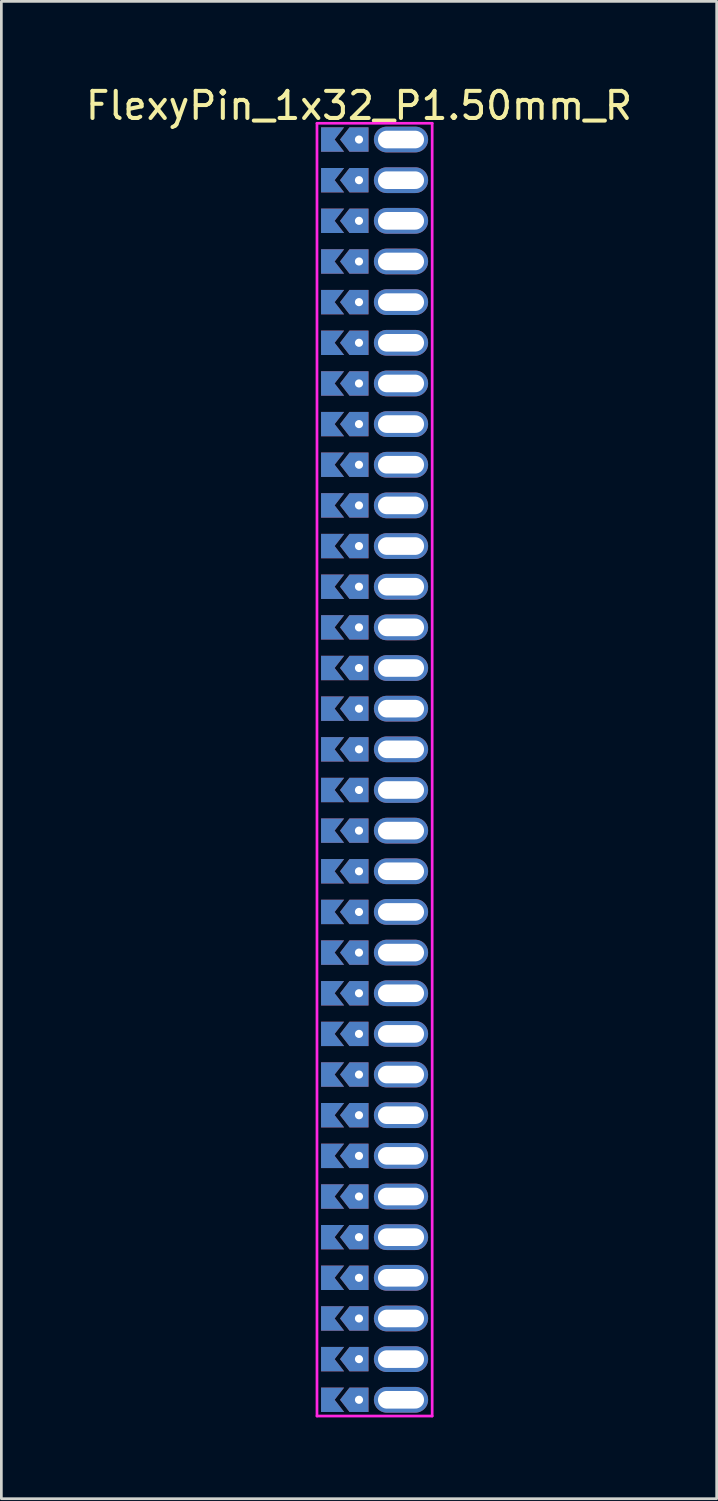
<source format=kicad_pcb>
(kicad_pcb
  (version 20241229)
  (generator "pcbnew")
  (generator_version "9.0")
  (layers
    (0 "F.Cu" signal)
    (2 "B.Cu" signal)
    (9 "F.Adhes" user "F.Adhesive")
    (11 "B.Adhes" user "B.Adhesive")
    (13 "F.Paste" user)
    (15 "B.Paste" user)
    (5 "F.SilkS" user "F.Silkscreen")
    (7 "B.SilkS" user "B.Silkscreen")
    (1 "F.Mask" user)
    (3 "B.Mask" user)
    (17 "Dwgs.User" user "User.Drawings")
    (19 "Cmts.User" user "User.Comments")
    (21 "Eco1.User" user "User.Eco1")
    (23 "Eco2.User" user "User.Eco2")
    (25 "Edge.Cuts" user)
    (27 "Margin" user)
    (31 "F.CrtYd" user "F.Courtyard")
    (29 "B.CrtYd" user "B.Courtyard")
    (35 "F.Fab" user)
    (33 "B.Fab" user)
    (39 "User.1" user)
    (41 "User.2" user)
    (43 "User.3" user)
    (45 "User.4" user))
  (footprint "FlexyPin_1x32_P1.50mm_R"
    (layer "F.Cu")
    (at 10.196 2.098)
    (property "Reference" "FlexyPin_1x32_P1.50mm_R" (at 0 -1.25 0) (layer "F.SilkS") (effects (font (size 1 1) (thickness 0.15))))
    (attr through_hole)
    (fp_line (start -1.55 -0.6) (end 2.7 -0.6) (stroke (width 0.1) (type solid)) (layer "F.CrtYd"))
    (fp_line (start -1.55 47.1) (end -1.55 -0.6) (stroke (width 0.1) (type solid)) (layer "F.CrtYd"))
    (fp_line (start 2.7 -0.6) (end 2.7 47.1) (stroke (width 0.1) (type solid)) (layer "F.CrtYd"))
    (fp_line (start 2.7 47.1) (end -1.55 47.1) (stroke (width 0.1) (type solid)) (layer "F.CrtYd"))
    (pad "" thru_hole custom (at 0 0) (size 0.3 0.3) (drill 0.6) (layers "*.Cu" "*.Mask") (options (anchor rect)) (primitives (gr_poly (pts (xy 0.35 0.45) (xy 0.35 -0.45) (xy -0.35 -0.45) (xy -0.7 0) (xy -0.35 0.45)) (width 0) (fill yes))))
    (pad "" thru_hole custom (at 0 1.5) (size 0.3 0.3) (drill 0.6) (layers "*.Cu" "*.Mask") (options (anchor rect)) (primitives (gr_poly (pts (xy 0.35 0.45) (xy 0.35 -0.45) (xy -0.35 -0.45) (xy -0.7 0) (xy -0.35 0.45)) (width 0) (fill yes))))
    (pad "" thru_hole custom (at 0 3) (size 0.3 0.3) (drill 0.6) (layers "*.Cu" "*.Mask") (options (anchor rect)) (primitives (gr_poly (pts (xy 0.35 0.45) (xy 0.35 -0.45) (xy -0.35 -0.45) (xy -0.7 0) (xy -0.35 0.45)) (width 0) (fill yes))))
    (pad "" thru_hole custom (at 0 4.5) (size 0.3 0.3) (drill 0.6) (layers "*.Cu" "*.Mask") (options (anchor rect)) (primitives (gr_poly (pts (xy 0.35 0.45) (xy 0.35 -0.45) (xy -0.35 -0.45) (xy -0.7 0) (xy -0.35 0.45)) (width 0) (fill yes))))
    (pad "" thru_hole custom (at 0 6) (size 0.3 0.3) (drill 0.6) (layers "*.Cu" "*.Mask") (options (anchor rect)) (primitives (gr_poly (pts (xy 0.35 0.45) (xy 0.35 -0.45) (xy -0.35 -0.45) (xy -0.7 0) (xy -0.35 0.45)) (width 0) (fill yes))))
    (pad "" thru_hole custom (at 0 7.5) (size 0.3 0.3) (drill 0.6) (layers "*.Cu" "*.Mask") (options (anchor rect)) (primitives (gr_poly (pts (xy 0.35 0.45) (xy 0.35 -0.45) (xy -0.35 -0.45) (xy -0.7 0) (xy -0.35 0.45)) (width 0) (fill yes))))
    (pad "" thru_hole custom (at 0 9) (size 0.3 0.3) (drill 0.6) (layers "*.Cu" "*.Mask") (options (anchor rect)) (primitives (gr_poly (pts (xy 0.35 0.45) (xy 0.35 -0.45) (xy -0.35 -0.45) (xy -0.7 0) (xy -0.35 0.45)) (width 0) (fill yes))))
    (pad "" thru_hole custom (at 0 10.5) (size 0.3 0.3) (drill 0.6) (layers "*.Cu" "*.Mask") (options (anchor rect)) (primitives (gr_poly (pts (xy 0.35 0.45) (xy 0.35 -0.45) (xy -0.35 -0.45) (xy -0.7 0) (xy -0.35 0.45)) (width 0) (fill yes))))
    (pad "" thru_hole custom (at 0 12) (size 0.3 0.3) (drill 0.6) (layers "*.Cu" "*.Mask") (options (anchor rect)) (primitives (gr_poly (pts (xy 0.35 0.45) (xy 0.35 -0.45) (xy -0.35 -0.45) (xy -0.7 0) (xy -0.35 0.45)) (width 0) (fill yes))))
    (pad "" thru_hole custom (at 0 13.5) (size 0.3 0.3) (drill 0.6) (layers "*.Cu" "*.Mask") (options (anchor rect)) (primitives (gr_poly (pts (xy 0.35 0.45) (xy 0.35 -0.45) (xy -0.35 -0.45) (xy -0.7 0) (xy -0.35 0.45)) (width 0) (fill yes))))
    (pad "" thru_hole custom (at 0 15) (size 0.3 0.3) (drill 0.6) (layers "*.Cu" "*.Mask") (options (anchor rect)) (primitives (gr_poly (pts (xy 0.35 0.45) (xy 0.35 -0.45) (xy -0.35 -0.45) (xy -0.7 0) (xy -0.35 0.45)) (width 0) (fill yes))))
    (pad "" thru_hole custom (at 0 16.5) (size 0.3 0.3) (drill 0.6) (layers "*.Cu" "*.Mask") (options (anchor rect)) (primitives (gr_poly (pts (xy 0.35 0.45) (xy 0.35 -0.45) (xy -0.35 -0.45) (xy -0.7 0) (xy -0.35 0.45)) (width 0) (fill yes))))
    (pad "" thru_hole custom (at 0 18) (size 0.3 0.3) (drill 0.6) (layers "*.Cu" "*.Mask") (options (anchor rect)) (primitives (gr_poly (pts (xy 0.35 0.45) (xy 0.35 -0.45) (xy -0.35 -0.45) (xy -0.7 0) (xy -0.35 0.45)) (width 0) (fill yes))))
    (pad "" thru_hole custom (at 0 19.5) (size 0.3 0.3) (drill 0.6) (layers "*.Cu" "*.Mask") (options (anchor rect)) (primitives (gr_poly (pts (xy 0.35 0.45) (xy 0.35 -0.45) (xy -0.35 -0.45) (xy -0.7 0) (xy -0.35 0.45)) (width 0) (fill yes))))
    (pad "" thru_hole custom (at 0 21) (size 0.3 0.3) (drill 0.6) (layers "*.Cu" "*.Mask") (options (anchor rect)) (primitives (gr_poly (pts (xy 0.35 0.45) (xy 0.35 -0.45) (xy -0.35 -0.45) (xy -0.7 0) (xy -0.35 0.45)) (width 0) (fill yes))))
    (pad "" thru_hole custom (at 0 22.5) (size 0.3 0.3) (drill 0.6) (layers "*.Cu" "*.Mask") (options (anchor rect)) (primitives (gr_poly (pts (xy 0.35 0.45) (xy 0.35 -0.45) (xy -0.35 -0.45) (xy -0.7 0) (xy -0.35 0.45)) (width 0) (fill yes))))
    (pad "" thru_hole custom (at 0 24) (size 0.3 0.3) (drill 0.6) (layers "*.Cu" "*.Mask") (options (anchor rect)) (primitives (gr_poly (pts (xy 0.35 0.45) (xy 0.35 -0.45) (xy -0.35 -0.45) (xy -0.7 0) (xy -0.35 0.45)) (width 0) (fill yes))))
    (pad "" thru_hole custom (at 0 25.5) (size 0.3 0.3) (drill 0.6) (layers "*.Cu" "*.Mask") (options (anchor rect)) (primitives (gr_poly (pts (xy 0.35 0.45) (xy 0.35 -0.45) (xy -0.35 -0.45) (xy -0.7 0) (xy -0.35 0.45)) (width 0) (fill yes))))
    (pad "" thru_hole custom (at 0 27) (size 0.3 0.3) (drill 0.6) (layers "*.Cu" "*.Mask") (options (anchor rect)) (primitives (gr_poly (pts (xy 0.35 0.45) (xy 0.35 -0.45) (xy -0.35 -0.45) (xy -0.7 0) (xy -0.35 0.45)) (width 0) (fill yes))))
    (pad "" thru_hole custom (at 0 28.5) (size 0.3 0.3) (drill 0.6) (layers "*.Cu" "*.Mask") (options (anchor rect)) (primitives (gr_poly (pts (xy 0.35 0.45) (xy 0.35 -0.45) (xy -0.35 -0.45) (xy -0.7 0) (xy -0.35 0.45)) (width 0) (fill yes))))
    (pad "" thru_hole custom (at 0 30) (size 0.3 0.3) (drill 0.6) (layers "*.Cu" "*.Mask") (options (anchor rect)) (primitives (gr_poly (pts (xy 0.35 0.45) (xy 0.35 -0.45) (xy -0.35 -0.45) (xy -0.7 0) (xy -0.35 0.45)) (width 0) (fill yes))))
    (pad "" thru_hole custom (at 0 31.5) (size 0.3 0.3) (drill 0.6) (layers "*.Cu" "*.Mask") (options (anchor rect)) (primitives (gr_poly (pts (xy 0.35 0.45) (xy 0.35 -0.45) (xy -0.35 -0.45) (xy -0.7 0) (xy -0.35 0.45)) (width 0) (fill yes))))
    (pad "" thru_hole custom (at 0 33) (size 0.3 0.3) (drill 0.6) (layers "*.Cu" "*.Mask") (options (anchor rect)) (primitives (gr_poly (pts (xy 0.35 0.45) (xy 0.35 -0.45) (xy -0.35 -0.45) (xy -0.7 0) (xy -0.35 0.45)) (width 0) (fill yes))))
    (pad "" thru_hole custom (at 0 34.5) (size 0.3 0.3) (drill 0.6) (layers "*.Cu" "*.Mask") (options (anchor rect)) (primitives (gr_poly (pts (xy 0.35 0.45) (xy 0.35 -0.45) (xy -0.35 -0.45) (xy -0.7 0) (xy -0.35 0.45)) (width 0) (fill yes))))
    (pad "" thru_hole custom (at 0 36) (size 0.3 0.3) (drill 0.6) (layers "*.Cu" "*.Mask") (options (anchor rect)) (primitives (gr_poly (pts (xy 0.35 0.45) (xy 0.35 -0.45) (xy -0.35 -0.45) (xy -0.7 0) (xy -0.35 0.45)) (width 0) (fill yes))))
    (pad "" thru_hole custom (at 0 37.5) (size 0.3 0.3) (drill 0.6) (layers "*.Cu" "*.Mask") (options (anchor rect)) (primitives (gr_poly (pts (xy 0.35 0.45) (xy 0.35 -0.45) (xy -0.35 -0.45) (xy -0.7 0) (xy -0.35 0.45)) (width 0) (fill yes))))
    (pad "" thru_hole custom (at 0 39) (size 0.3 0.3) (drill 0.6) (layers "*.Cu" "*.Mask") (options (anchor rect)) (primitives (gr_poly (pts (xy 0.35 0.45) (xy 0.35 -0.45) (xy -0.35 -0.45) (xy -0.7 0) (xy -0.35 0.45)) (width 0) (fill yes))))
    (pad "" thru_hole custom (at 0 40.5) (size 0.3 0.3) (drill 0.6) (layers "*.Cu" "*.Mask") (options (anchor rect)) (primitives (gr_poly (pts (xy 0.35 0.45) (xy 0.35 -0.45) (xy -0.35 -0.45) (xy -0.7 0) (xy -0.35 0.45)) (width 0) (fill yes))))
    (pad "" thru_hole custom (at 0 42) (size 0.3 0.3) (drill 0.6) (layers "*.Cu" "*.Mask") (options (anchor rect)) (primitives (gr_poly (pts (xy 0.35 0.45) (xy 0.35 -0.45) (xy -0.35 -0.45) (xy -0.7 0) (xy -0.35 0.45)) (width 0) (fill yes))))
    (pad "" thru_hole custom (at 0 43.5) (size 0.3 0.3) (drill 0.6) (layers "*.Cu" "*.Mask") (options (anchor rect)) (primitives (gr_poly (pts (xy 0.35 0.45) (xy 0.35 -0.45) (xy -0.35 -0.45) (xy -0.7 0) (xy -0.35 0.45)) (width 0) (fill yes))))
    (pad "" thru_hole custom (at 0 45) (size 0.3 0.3) (drill 0.6) (layers "*.Cu" "*.Mask") (options (anchor rect)) (primitives (gr_poly (pts (xy 0.35 0.45) (xy 0.35 -0.45) (xy -0.35 -0.45) (xy -0.7 0) (xy -0.35 0.45)) (width 0) (fill yes))))
    (pad "" thru_hole custom (at 0 46.5) (size 0.3 0.3) (drill 0.6) (layers "*.Cu" "*.Mask") (options (anchor rect)) (primitives (gr_poly (pts (xy 0.35 0.45) (xy 0.35 -0.45) (xy -0.35 -0.45) (xy -0.7 0) (xy -0.35 0.45)) (width 0) (fill yes))))
    (pad "" thru_hole oval (at 1.55 0) (size 2 0.95) (drill oval 1.7 0.65) (layers "*.Cu" "*.Mask"))
    (pad "" thru_hole oval (at 1.55 1.5) (size 2 0.95) (drill oval 1.7 0.65) (layers "*.Cu" "*.Mask"))
    (pad "" thru_hole oval (at 1.55 3) (size 2 0.95) (drill oval 1.7 0.65) (layers "*.Cu" "*.Mask"))
    (pad "" thru_hole oval (at 1.55 4.5) (size 2 0.95) (drill oval 1.7 0.65) (layers "*.Cu" "*.Mask"))
    (pad "" thru_hole oval (at 1.55 6) (size 2 0.95) (drill oval 1.7 0.65) (layers "*.Cu" "*.Mask"))
    (pad "" thru_hole oval (at 1.55 7.5) (size 2 0.95) (drill oval 1.7 0.65) (layers "*.Cu" "*.Mask"))
    (pad "" thru_hole oval (at 1.55 9) (size 2 0.95) (drill oval 1.7 0.65) (layers "*.Cu" "*.Mask"))
    (pad "" thru_hole oval (at 1.55 10.5) (size 2 0.95) (drill oval 1.7 0.65) (layers "*.Cu" "*.Mask"))
    (pad "" thru_hole oval (at 1.55 12) (size 2 0.95) (drill oval 1.7 0.65) (layers "*.Cu" "*.Mask"))
    (pad "" thru_hole oval (at 1.55 13.5) (size 2 0.95) (drill oval 1.7 0.65) (layers "*.Cu" "*.Mask"))
    (pad "" thru_hole oval (at 1.55 15) (size 2 0.95) (drill oval 1.7 0.65) (layers "*.Cu" "*.Mask"))
    (pad "" thru_hole oval (at 1.55 16.5) (size 2 0.95) (drill oval 1.7 0.65) (layers "*.Cu" "*.Mask"))
    (pad "" thru_hole oval (at 1.55 18) (size 2 0.95) (drill oval 1.7 0.65) (layers "*.Cu" "*.Mask"))
    (pad "" thru_hole oval (at 1.55 19.5) (size 2 0.95) (drill oval 1.7 0.65) (layers "*.Cu" "*.Mask"))
    (pad "" thru_hole oval (at 1.55 21) (size 2 0.95) (drill oval 1.7 0.65) (layers "*.Cu" "*.Mask"))
    (pad "" thru_hole oval (at 1.55 22.5) (size 2 0.95) (drill oval 1.7 0.65) (layers "*.Cu" "*.Mask"))
    (pad "" thru_hole oval (at 1.55 24) (size 2 0.95) (drill oval 1.7 0.65) (layers "*.Cu" "*.Mask"))
    (pad "" thru_hole oval (at 1.55 25.5) (size 2 0.95) (drill oval 1.7 0.65) (layers "*.Cu" "*.Mask"))
    (pad "" thru_hole oval (at 1.55 27) (size 2 0.95) (drill oval 1.7 0.65) (layers "*.Cu" "*.Mask"))
    (pad "" thru_hole oval (at 1.55 28.5) (size 2 0.95) (drill oval 1.7 0.65) (layers "*.Cu" "*.Mask"))
    (pad "" thru_hole oval (at 1.55 30) (size 2 0.95) (drill oval 1.7 0.65) (layers "*.Cu" "*.Mask"))
    (pad "" thru_hole oval (at 1.55 31.5) (size 2 0.95) (drill oval 1.7 0.65) (layers "*.Cu" "*.Mask"))
    (pad "" thru_hole oval (at 1.55 33) (size 2 0.95) (drill oval 1.7 0.65) (layers "*.Cu" "*.Mask"))
    (pad "" thru_hole oval (at 1.55 34.5) (size 2 0.95) (drill oval 1.7 0.65) (layers "*.Cu" "*.Mask"))
    (pad "" thru_hole oval (at 1.55 36) (size 2 0.95) (drill oval 1.7 0.65) (layers "*.Cu" "*.Mask"))
    (pad "" thru_hole oval (at 1.55 37.5) (size 2 0.95) (drill oval 1.7 0.65) (layers "*.Cu" "*.Mask"))
    (pad "" thru_hole oval (at 1.55 39) (size 2 0.95) (drill oval 1.7 0.65) (layers "*.Cu" "*.Mask"))
    (pad "" thru_hole oval (at 1.55 40.5) (size 2 0.95) (drill oval 1.7 0.65) (layers "*.Cu" "*.Mask"))
    (pad "" thru_hole oval (at 1.55 42) (size 2 0.95) (drill oval 1.7 0.65) (layers "*.Cu" "*.Mask"))
    (pad "" thru_hole oval (at 1.55 43.5) (size 2 0.95) (drill oval 1.7 0.65) (layers "*.Cu" "*.Mask"))
    (pad "" thru_hole oval (at 1.55 45) (size 2 0.95) (drill oval 1.7 0.65) (layers "*.Cu" "*.Mask"))
    (pad "" thru_hole oval (at 1.55 46.5) (size 2 0.95) (drill oval 1.7 0.65) (layers "*.Cu" "*.Mask"))
    (pad "1" smd custom (at -0.9 0) (size 0.01 0.01) (layers "F.Cu" "F.Mask") (options (anchor rect)) (primitives (gr_poly (pts (xy 0 0) (xy 0.35 0.45) (xy -0.5 0.45) (xy -0.5 -0.45) (xy 0.35 -0.45)) (width 0) (fill yes))))
    (pad "2" smd custom (at -0.9 1.5) (size 0.01 0.01) (layers "F.Cu" "F.Mask") (options (anchor rect)) (primitives (gr_poly (pts (xy 0 0) (xy 0.35 0.45) (xy -0.5 0.45) (xy -0.5 -0.45) (xy 0.35 -0.45)) (width 0) (fill yes))))
    (pad "3" smd custom (at -0.9 3) (size 0.01 0.01) (layers "F.Cu" "F.Mask") (options (anchor rect)) (primitives (gr_poly (pts (xy 0 0) (xy 0.35 0.45) (xy -0.5 0.45) (xy -0.5 -0.45) (xy 0.35 -0.45)) (width 0) (fill yes))))
    (pad "4" smd custom (at -0.9 4.5) (size 0.01 0.01) (layers "F.Cu" "F.Mask") (options (anchor rect)) (primitives (gr_poly (pts (xy 0 0) (xy 0.35 0.45) (xy -0.5 0.45) (xy -0.5 -0.45) (xy 0.35 -0.45)) (width 0) (fill yes))))
    (pad "5" smd custom (at -0.9 6) (size 0.01 0.01) (layers "F.Cu" "F.Mask") (options (anchor rect)) (primitives (gr_poly (pts (xy 0 0) (xy 0.35 0.45) (xy -0.5 0.45) (xy -0.5 -0.45) (xy 0.35 -0.45)) (width 0) (fill yes))))
    (pad "6" smd custom (at -0.9 7.5) (size 0.01 0.01) (layers "F.Cu" "F.Mask") (options (anchor rect)) (primitives (gr_poly (pts (xy 0 0) (xy 0.35 0.45) (xy -0.5 0.45) (xy -0.5 -0.45) (xy 0.35 -0.45)) (width 0) (fill yes))))
    (pad "7" smd custom (at -0.9 9) (size 0.01 0.01) (layers "F.Cu" "F.Mask") (options (anchor rect)) (primitives (gr_poly (pts (xy 0 0) (xy 0.35 0.45) (xy -0.5 0.45) (xy -0.5 -0.45) (xy 0.35 -0.45)) (width 0) (fill yes))))
    (pad "8" smd custom (at -0.9 10.5) (size 0.01 0.01) (layers "F.Cu" "F.Mask") (options (anchor rect)) (primitives (gr_poly (pts (xy 0 0) (xy 0.35 0.45) (xy -0.5 0.45) (xy -0.5 -0.45) (xy 0.35 -0.45)) (width 0) (fill yes))))
    (pad "9" smd custom (at -0.9 12) (size 0.01 0.01) (layers "F.Cu" "F.Mask") (options (anchor rect)) (primitives (gr_poly (pts (xy 0 0) (xy 0.35 0.45) (xy -0.5 0.45) (xy -0.5 -0.45) (xy 0.35 -0.45)) (width 0) (fill yes))))
    (pad "10" smd custom (at -0.9 13.5) (size 0.01 0.01) (layers "F.Cu" "F.Mask") (options (anchor rect)) (primitives (gr_poly (pts (xy 0 0) (xy 0.35 0.45) (xy -0.5 0.45) (xy -0.5 -0.45) (xy 0.35 -0.45)) (width 0) (fill yes))))
    (pad "11" smd custom (at -0.9 15) (size 0.01 0.01) (layers "F.Cu" "F.Mask") (options (anchor rect)) (primitives (gr_poly (pts (xy 0 0) (xy 0.35 0.45) (xy -0.5 0.45) (xy -0.5 -0.45) (xy 0.35 -0.45)) (width 0) (fill yes))))
    (pad "12" smd custom (at -0.9 16.5) (size 0.01 0.01) (layers "F.Cu" "F.Mask") (options (anchor rect)) (primitives (gr_poly (pts (xy 0 0) (xy 0.35 0.45) (xy -0.5 0.45) (xy -0.5 -0.45) (xy 0.35 -0.45)) (width 0) (fill yes))))
    (pad "13" smd custom (at -0.9 18) (size 0.01 0.01) (layers "F.Cu" "F.Mask") (options (anchor rect)) (primitives (gr_poly (pts (xy 0 0) (xy 0.35 0.45) (xy -0.5 0.45) (xy -0.5 -0.45) (xy 0.35 -0.45)) (width 0) (fill yes))))
    (pad "14" smd custom (at -0.9 19.5) (size 0.01 0.01) (layers "F.Cu" "F.Mask") (options (anchor rect)) (primitives (gr_poly (pts (xy 0 0) (xy 0.35 0.45) (xy -0.5 0.45) (xy -0.5 -0.45) (xy 0.35 -0.45)) (width 0) (fill yes))))
    (pad "15" smd custom (at -0.9 21) (size 0.01 0.01) (layers "F.Cu" "F.Mask") (options (anchor rect)) (primitives (gr_poly (pts (xy 0 0) (xy 0.35 0.45) (xy -0.5 0.45) (xy -0.5 -0.45) (xy 0.35 -0.45)) (width 0) (fill yes))))
    (pad "16" smd custom (at -0.9 22.5) (size 0.01 0.01) (layers "F.Cu" "F.Mask") (options (anchor rect)) (primitives (gr_poly (pts (xy 0 0) (xy 0.35 0.45) (xy -0.5 0.45) (xy -0.5 -0.45) (xy 0.35 -0.45)) (width 0) (fill yes))))
    (pad "17" smd custom (at -0.9 24) (size 0.01 0.01) (layers "F.Cu" "F.Mask") (options (anchor rect)) (primitives (gr_poly (pts (xy 0 0) (xy 0.35 0.45) (xy -0.5 0.45) (xy -0.5 -0.45) (xy 0.35 -0.45)) (width 0) (fill yes))))
    (pad "18" smd custom (at -0.9 25.5) (size 0.01 0.01) (layers "F.Cu" "F.Mask") (options (anchor rect)) (primitives (gr_poly (pts (xy 0 0) (xy 0.35 0.45) (xy -0.5 0.45) (xy -0.5 -0.45) (xy 0.35 -0.45)) (width 0) (fill yes))))
    (pad "19" smd custom (at -0.9 27) (size 0.01 0.01) (layers "F.Cu" "F.Mask") (options (anchor rect)) (primitives (gr_poly (pts (xy 0 0) (xy 0.35 0.45) (xy -0.5 0.45) (xy -0.5 -0.45) (xy 0.35 -0.45)) (width 0) (fill yes))))
    (pad "20" smd custom (at -0.9 28.5) (size 0.01 0.01) (layers "F.Cu" "F.Mask") (options (anchor rect)) (primitives (gr_poly (pts (xy 0 0) (xy 0.35 0.45) (xy -0.5 0.45) (xy -0.5 -0.45) (xy 0.35 -0.45)) (width 0) (fill yes))))
    (pad "21" smd custom (at -0.9 30) (size 0.01 0.01) (layers "F.Cu" "F.Mask") (options (anchor rect)) (primitives (gr_poly (pts (xy 0 0) (xy 0.35 0.45) (xy -0.5 0.45) (xy -0.5 -0.45) (xy 0.35 -0.45)) (width 0) (fill yes))))
    (pad "22" smd custom (at -0.9 31.5) (size 0.01 0.01) (layers "F.Cu" "F.Mask") (options (anchor rect)) (primitives (gr_poly (pts (xy 0 0) (xy 0.35 0.45) (xy -0.5 0.45) (xy -0.5 -0.45) (xy 0.35 -0.45)) (width 0) (fill yes))))
    (pad "23" smd custom (at -0.9 33) (size 0.01 0.01) (layers "F.Cu" "F.Mask") (options (anchor rect)) (primitives (gr_poly (pts (xy 0 0) (xy 0.35 0.45) (xy -0.5 0.45) (xy -0.5 -0.45) (xy 0.35 -0.45)) (width 0) (fill yes))))
    (pad "24" smd custom (at -0.9 34.5) (size 0.01 0.01) (layers "F.Cu" "F.Mask") (options (anchor rect)) (primitives (gr_poly (pts (xy 0 0) (xy 0.35 0.45) (xy -0.5 0.45) (xy -0.5 -0.45) (xy 0.35 -0.45)) (width 0) (fill yes))))
    (pad "25" smd custom (at -0.9 36) (size 0.01 0.01) (layers "F.Cu" "F.Mask") (options (anchor rect)) (primitives (gr_poly (pts (xy 0 0) (xy 0.35 0.45) (xy -0.5 0.45) (xy -0.5 -0.45) (xy 0.35 -0.45)) (width 0) (fill yes))))
    (pad "26" smd custom (at -0.9 37.5) (size 0.01 0.01) (layers "F.Cu" "F.Mask") (options (anchor rect)) (primitives (gr_poly (pts (xy 0 0) (xy 0.35 0.45) (xy -0.5 0.45) (xy -0.5 -0.45) (xy 0.35 -0.45)) (width 0) (fill yes))))
    (pad "27" smd custom (at -0.9 39) (size 0.01 0.01) (layers "F.Cu" "F.Mask") (options (anchor rect)) (primitives (gr_poly (pts (xy 0 0) (xy 0.35 0.45) (xy -0.5 0.45) (xy -0.5 -0.45) (xy 0.35 -0.45)) (width 0) (fill yes))))
    (pad "28" smd custom (at -0.9 40.5) (size 0.01 0.01) (layers "F.Cu" "F.Mask") (options (anchor rect)) (primitives (gr_poly (pts (xy 0 0) (xy 0.35 0.45) (xy -0.5 0.45) (xy -0.5 -0.45) (xy 0.35 -0.45)) (width 0) (fill yes))))
    (pad "29" smd custom (at -0.9 42) (size 0.01 0.01) (layers "F.Cu" "F.Mask") (options (anchor rect)) (primitives (gr_poly (pts (xy 0 0) (xy 0.35 0.45) (xy -0.5 0.45) (xy -0.5 -0.45) (xy 0.35 -0.45)) (width 0) (fill yes))))
    (pad "30" smd custom (at -0.9 43.5) (size 0.01 0.01) (layers "F.Cu" "F.Mask") (options (anchor rect)) (primitives (gr_poly (pts (xy 0 0) (xy 0.35 0.45) (xy -0.5 0.45) (xy -0.5 -0.45) (xy 0.35 -0.45)) (width 0) (fill yes))))
    (pad "31" smd custom (at -0.9 45) (size 0.01 0.01) (layers "F.Cu" "F.Mask") (options (anchor rect)) (primitives (gr_poly (pts (xy 0 0) (xy 0.35 0.45) (xy -0.5 0.45) (xy -0.5 -0.45) (xy 0.35 -0.45)) (width 0) (fill yes))))
    (pad "32" smd custom (at -0.9 46.5) (size 0.01 0.01) (layers "F.Cu" "F.Mask") (options (anchor rect)) (primitives (gr_poly (pts (xy 0 0) (xy 0.35 0.45) (xy -0.5 0.45) (xy -0.5 -0.45) (xy 0.35 -0.45)) (width 0) (fill yes))))
    (pad "33" smd custom (at -0.9 0) (size 0.01 0.01) (layers "B.Cu" "B.Mask") (options (anchor rect)) (primitives (gr_poly (pts (xy 0 0) (xy 0.35 0.45) (xy -0.5 0.45) (xy -0.5 -0.45) (xy 0.35 -0.45)) (width 0) (fill yes))))
    (pad "34" smd custom (at -0.9 1.5) (size 0.01 0.01) (layers "B.Cu" "B.Mask") (options (anchor rect)) (primitives (gr_poly (pts (xy 0 0) (xy 0.35 0.45) (xy -0.5 0.45) (xy -0.5 -0.45) (xy 0.35 -0.45)) (width 0) (fill yes))))
    (pad "35" smd custom (at -0.9 3) (size 0.01 0.01) (layers "B.Cu" "B.Mask") (options (anchor rect)) (primitives (gr_poly (pts (xy 0 0) (xy 0.35 0.45) (xy -0.5 0.45) (xy -0.5 -0.45) (xy 0.35 -0.45)) (width 0) (fill yes))))
    (pad "36" smd custom (at -0.9 4.5) (size 0.01 0.01) (layers "B.Cu" "B.Mask") (options (anchor rect)) (primitives (gr_poly (pts (xy 0 0) (xy 0.35 0.45) (xy -0.5 0.45) (xy -0.5 -0.45) (xy 0.35 -0.45)) (width 0) (fill yes))))
    (pad "37" smd custom (at -0.9 6) (size 0.01 0.01) (layers "B.Cu" "B.Mask") (options (anchor rect)) (primitives (gr_poly (pts (xy 0 0) (xy 0.35 0.45) (xy -0.5 0.45) (xy -0.5 -0.45) (xy 0.35 -0.45)) (width 0) (fill yes))))
    (pad "38" smd custom (at -0.9 7.5) (size 0.01 0.01) (layers "B.Cu" "B.Mask") (options (anchor rect)) (primitives (gr_poly (pts (xy 0 0) (xy 0.35 0.45) (xy -0.5 0.45) (xy -0.5 -0.45) (xy 0.35 -0.45)) (width 0) (fill yes))))
    (pad "39" smd custom (at -0.9 9) (size 0.01 0.01) (layers "B.Cu" "B.Mask") (options (anchor rect)) (primitives (gr_poly (pts (xy 0 0) (xy 0.35 0.45) (xy -0.5 0.45) (xy -0.5 -0.45) (xy 0.35 -0.45)) (width 0) (fill yes))))
    (pad "40" smd custom (at -0.9 10.5) (size 0.01 0.01) (layers "B.Cu" "B.Mask") (options (anchor rect)) (primitives (gr_poly (pts (xy 0 0) (xy 0.35 0.45) (xy -0.5 0.45) (xy -0.5 -0.45) (xy 0.35 -0.45)) (width 0) (fill yes))))
    (pad "41" smd custom (at -0.9 12) (size 0.01 0.01) (layers "B.Cu" "B.Mask") (options (anchor rect)) (primitives (gr_poly (pts (xy 0 0) (xy 0.35 0.45) (xy -0.5 0.45) (xy -0.5 -0.45) (xy 0.35 -0.45)) (width 0) (fill yes))))
    (pad "42" smd custom (at -0.9 13.5) (size 0.01 0.01) (layers "B.Cu" "B.Mask") (options (anchor rect)) (primitives (gr_poly (pts (xy 0 0) (xy 0.35 0.45) (xy -0.5 0.45) (xy -0.5 -0.45) (xy 0.35 -0.45)) (width 0) (fill yes))))
    (pad "43" smd custom (at -0.9 15) (size 0.01 0.01) (layers "B.Cu" "B.Mask") (options (anchor rect)) (primitives (gr_poly (pts (xy 0 0) (xy 0.35 0.45) (xy -0.5 0.45) (xy -0.5 -0.45) (xy 0.35 -0.45)) (width 0) (fill yes))))
    (pad "44" smd custom (at -0.9 16.5) (size 0.01 0.01) (layers "B.Cu" "B.Mask") (options (anchor rect)) (primitives (gr_poly (pts (xy 0 0) (xy 0.35 0.45) (xy -0.5 0.45) (xy -0.5 -0.45) (xy 0.35 -0.45)) (width 0) (fill yes))))
    (pad "45" smd custom (at -0.9 18) (size 0.01 0.01) (layers "B.Cu" "B.Mask") (options (anchor rect)) (primitives (gr_poly (pts (xy 0 0) (xy 0.35 0.45) (xy -0.5 0.45) (xy -0.5 -0.45) (xy 0.35 -0.45)) (width 0) (fill yes))))
    (pad "46" smd custom (at -0.9 19.5) (size 0.01 0.01) (layers "B.Cu" "B.Mask") (options (anchor rect)) (primitives (gr_poly (pts (xy 0 0) (xy 0.35 0.45) (xy -0.5 0.45) (xy -0.5 -0.45) (xy 0.35 -0.45)) (width 0) (fill yes))))
    (pad "47" smd custom (at -0.9 21) (size 0.01 0.01) (layers "B.Cu" "B.Mask") (options (anchor rect)) (primitives (gr_poly (pts (xy 0 0) (xy 0.35 0.45) (xy -0.5 0.45) (xy -0.5 -0.45) (xy 0.35 -0.45)) (width 0) (fill yes))))
    (pad "48" smd custom (at -0.9 22.5) (size 0.01 0.01) (layers "B.Cu" "B.Mask") (options (anchor rect)) (primitives (gr_poly (pts (xy 0 0) (xy 0.35 0.45) (xy -0.5 0.45) (xy -0.5 -0.45) (xy 0.35 -0.45)) (width 0) (fill yes))))
    (pad "49" smd custom (at -0.9 24) (size 0.01 0.01) (layers "B.Cu" "B.Mask") (options (anchor rect)) (primitives (gr_poly (pts (xy 0 0) (xy 0.35 0.45) (xy -0.5 0.45) (xy -0.5 -0.45) (xy 0.35 -0.45)) (width 0) (fill yes))))
    (pad "50" smd custom (at -0.9 25.5) (size 0.01 0.01) (layers "B.Cu" "B.Mask") (options (anchor rect)) (primitives (gr_poly (pts (xy 0 0) (xy 0.35 0.45) (xy -0.5 0.45) (xy -0.5 -0.45) (xy 0.35 -0.45)) (width 0) (fill yes))))
    (pad "51" smd custom (at -0.9 27) (size 0.01 0.01) (layers "B.Cu" "B.Mask") (options (anchor rect)) (primitives (gr_poly (pts (xy 0 0) (xy 0.35 0.45) (xy -0.5 0.45) (xy -0.5 -0.45) (xy 0.35 -0.45)) (width 0) (fill yes))))
    (pad "52" smd custom (at -0.9 28.5) (size 0.01 0.01) (layers "B.Cu" "B.Mask") (options (anchor rect)) (primitives (gr_poly (pts (xy 0 0) (xy 0.35 0.45) (xy -0.5 0.45) (xy -0.5 -0.45) (xy 0.35 -0.45)) (width 0) (fill yes))))
    (pad "53" smd custom (at -0.9 30) (size 0.01 0.01) (layers "B.Cu" "B.Mask") (options (anchor rect)) (primitives (gr_poly (pts (xy 0 0) (xy 0.35 0.45) (xy -0.5 0.45) (xy -0.5 -0.45) (xy 0.35 -0.45)) (width 0) (fill yes))))
    (pad "54" smd custom (at -0.9 31.5) (size 0.01 0.01) (layers "B.Cu" "B.Mask") (options (anchor rect)) (primitives (gr_poly (pts (xy 0 0) (xy 0.35 0.45) (xy -0.5 0.45) (xy -0.5 -0.45) (xy 0.35 -0.45)) (width 0) (fill yes))))
    (pad "55" smd custom (at -0.9 33) (size 0.01 0.01) (layers "B.Cu" "B.Mask") (options (anchor rect)) (primitives (gr_poly (pts (xy 0 0) (xy 0.35 0.45) (xy -0.5 0.45) (xy -0.5 -0.45) (xy 0.35 -0.45)) (width 0) (fill yes))))
    (pad "56" smd custom (at -0.9 34.5) (size 0.01 0.01) (layers "B.Cu" "B.Mask") (options (anchor rect)) (primitives (gr_poly (pts (xy 0 0) (xy 0.35 0.45) (xy -0.5 0.45) (xy -0.5 -0.45) (xy 0.35 -0.45)) (width 0) (fill yes))))
    (pad "57" smd custom (at -0.9 36) (size 0.01 0.01) (layers "B.Cu" "B.Mask") (options (anchor rect)) (primitives (gr_poly (pts (xy 0 0) (xy 0.35 0.45) (xy -0.5 0.45) (xy -0.5 -0.45) (xy 0.35 -0.45)) (width 0) (fill yes))))
    (pad "58" smd custom (at -0.9 37.5) (size 0.01 0.01) (layers "B.Cu" "B.Mask") (options (anchor rect)) (primitives (gr_poly (pts (xy 0 0) (xy 0.35 0.45) (xy -0.5 0.45) (xy -0.5 -0.45) (xy 0.35 -0.45)) (width 0) (fill yes))))
    (pad "59" smd custom (at -0.9 39) (size 0.01 0.01) (layers "B.Cu" "B.Mask") (options (anchor rect)) (primitives (gr_poly (pts (xy 0 0) (xy 0.35 0.45) (xy -0.5 0.45) (xy -0.5 -0.45) (xy 0.35 -0.45)) (width 0) (fill yes))))
    (pad "60" smd custom (at -0.9 40.5) (size 0.01 0.01) (layers "B.Cu" "B.Mask") (options (anchor rect)) (primitives (gr_poly (pts (xy 0 0) (xy 0.35 0.45) (xy -0.5 0.45) (xy -0.5 -0.45) (xy 0.35 -0.45)) (width 0) (fill yes))))
    (pad "61" smd custom (at -0.9 42) (size 0.01 0.01) (layers "B.Cu" "B.Mask") (options (anchor rect)) (primitives (gr_poly (pts (xy 0 0) (xy 0.35 0.45) (xy -0.5 0.45) (xy -0.5 -0.45) (xy 0.35 -0.45)) (width 0) (fill yes))))
    (pad "62" smd custom (at -0.9 43.5) (size 0.01 0.01) (layers "B.Cu" "B.Mask") (options (anchor rect)) (primitives (gr_poly (pts (xy 0 0) (xy 0.35 0.45) (xy -0.5 0.45) (xy -0.5 -0.45) (xy 0.35 -0.45)) (width 0) (fill yes))))
    (pad "63" smd custom (at -0.9 45) (size 0.01 0.01) (layers "B.Cu" "B.Mask") (options (anchor rect)) (primitives (gr_poly (pts (xy 0 0) (xy 0.35 0.45) (xy -0.5 0.45) (xy -0.5 -0.45) (xy 0.35 -0.45)) (width 0) (fill yes))))
    (pad "64" smd custom (at -0.9 46.5) (size 0.01 0.01) (layers "B.Cu" "B.Mask") (options (anchor rect)) (primitives (gr_poly (pts (xy 0 0) (xy 0.35 0.45) (xy -0.5 0.45) (xy -0.5 -0.45) (xy 0.35 -0.45)) (width 0) (fill yes)))))
  (gr_rect
    (start -3 -3)
    (end 23.393 52.248)
    (stroke (width 0.1) (type default))
    (fill no)
    (layer "Edge.Cuts")))
</source>
